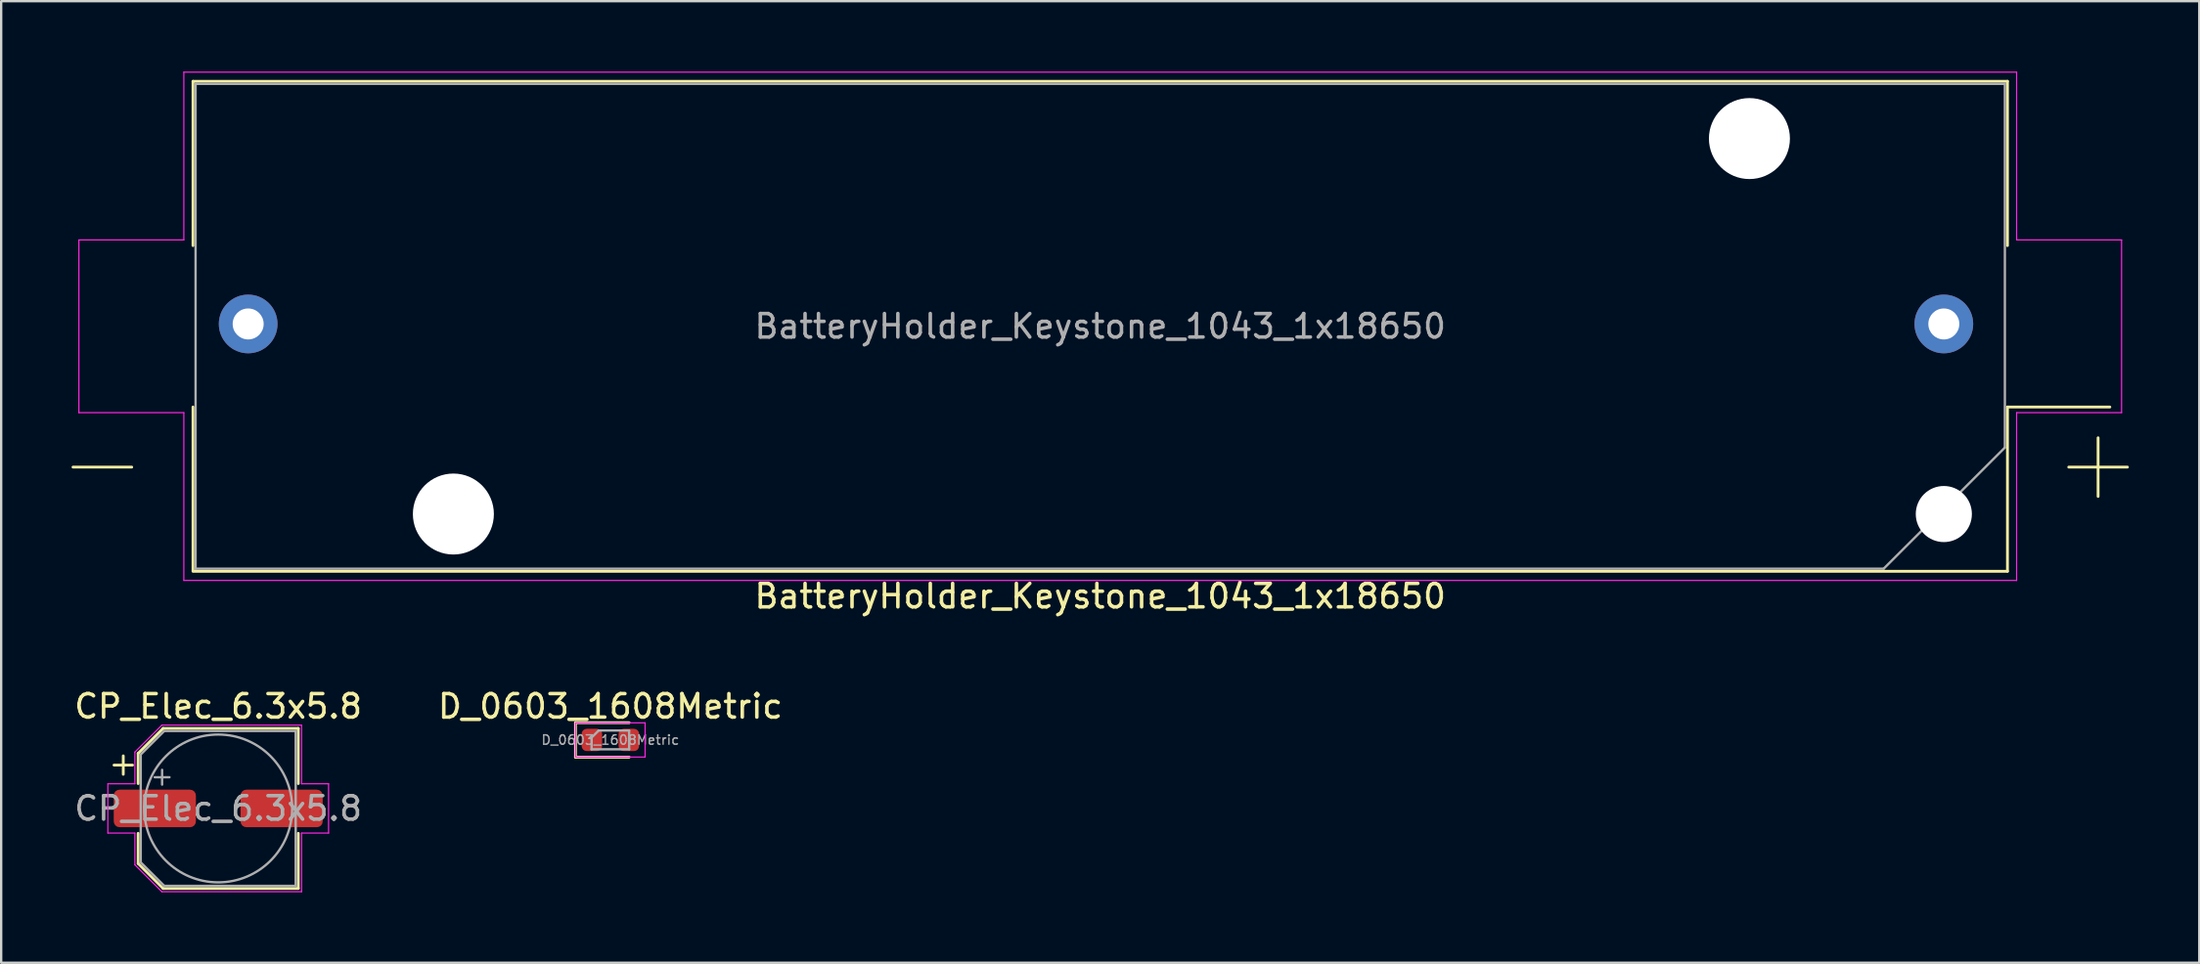
<source format=kicad_pcb>
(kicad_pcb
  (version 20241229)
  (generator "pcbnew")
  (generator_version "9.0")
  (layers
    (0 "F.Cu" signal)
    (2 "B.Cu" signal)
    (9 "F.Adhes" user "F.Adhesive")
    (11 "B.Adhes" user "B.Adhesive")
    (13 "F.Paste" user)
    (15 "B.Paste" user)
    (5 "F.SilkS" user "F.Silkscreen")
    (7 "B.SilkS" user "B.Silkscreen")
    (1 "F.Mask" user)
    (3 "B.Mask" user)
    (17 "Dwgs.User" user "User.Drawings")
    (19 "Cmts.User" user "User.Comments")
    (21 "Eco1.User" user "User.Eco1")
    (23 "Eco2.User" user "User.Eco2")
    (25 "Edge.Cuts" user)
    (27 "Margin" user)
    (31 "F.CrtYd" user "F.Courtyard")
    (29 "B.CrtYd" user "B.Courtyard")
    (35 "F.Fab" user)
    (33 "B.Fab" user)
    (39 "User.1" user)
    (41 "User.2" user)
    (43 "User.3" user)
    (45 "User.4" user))
  (footprint "BatteryHolder_Keystone_1043_1x18650"
    (layer "F.Cu")
    (at 43.81 10.855)
    (property "Reference" "BatteryHolder_Keystone_1043_1x18650" (at 0 11.5 180) (layer "F.SilkS") (effects (font (size 1 1) (thickness 0.15))))
    (attr through_hole)
    (fp_line (start -43.75 6) (end -41.25 6) (stroke (width 0.12) (type solid)) (layer "F.SilkS"))
    (fp_line (start -38.64 -10.44) (end 38.64 -10.44) (stroke (width 0.12) (type solid)) (layer "F.SilkS"))
    (fp_line (start -38.64 -3.44) (end -38.64 -10.44) (stroke (width 0.12) (type solid)) (layer "F.SilkS"))
    (fp_line (start -38.64 3.44) (end -38.64 10.42) (stroke (width 0.12) (type solid)) (layer "F.SilkS"))
    (fp_line (start -38.64 10.44) (end 38.64 10.44) (stroke (width 0.12) (type solid)) (layer "F.SilkS"))
    (fp_line (start 38.64 -10.44) (end 38.64 -3.44) (stroke (width 0.12) (type solid)) (layer "F.SilkS"))
    (fp_line (start 38.64 3.44) (end 43 3.44) (stroke (width 0.12) (type solid)) (layer "F.SilkS"))
    (fp_line (start 38.64 10.44) (end 38.64 3.44) (stroke (width 0.12) (type solid)) (layer "F.SilkS"))
    (fp_line (start 42.5 4.75) (end 42.5 7.25) (stroke (width 0.12) (type solid)) (layer "F.SilkS"))
    (fp_line (start 43.75 6) (end 41.25 6) (stroke (width 0.12) (type solid)) (layer "F.SilkS"))
    (fp_line (start -43.5 -3.68) (end -43.5 3.68) (stroke (width 0.05) (type solid)) (layer "F.CrtYd"))
    (fp_line (start -43.5 3.68) (end -39.03 3.68) (stroke (width 0.05) (type solid)) (layer "F.CrtYd"))
    (fp_line (start -39.03 -10.83) (end -39.03 -3.68) (stroke (width 0.05) (type solid)) (layer "F.CrtYd"))
    (fp_line (start -39.03 -3.68) (end -43.5 -3.68) (stroke (width 0.05) (type solid)) (layer "F.CrtYd"))
    (fp_line (start -39.03 10.83) (end -39.03 3.68) (stroke (width 0.05) (type solid)) (layer "F.CrtYd"))
    (fp_line (start 39.03 -10.83) (end -39.03 -10.83) (stroke (width 0.05) (type solid)) (layer "F.CrtYd"))
    (fp_line (start 39.03 -10.83) (end 39.03 -3.68) (stroke (width 0.05) (type solid)) (layer "F.CrtYd"))
    (fp_line (start 39.03 -3.68) (end 43.5 -3.68) (stroke (width 0.05) (type solid)) (layer "F.CrtYd"))
    (fp_line (start 39.03 10.83) (end -39.03 10.83) (stroke (width 0.05) (type solid)) (layer "F.CrtYd"))
    (fp_line (start 39.03 10.83) (end 39.03 3.68) (stroke (width 0.05) (type solid)) (layer "F.CrtYd"))
    (fp_line (start 43.5 -3.68) (end 43.5 3.68) (stroke (width 0.05) (type solid)) (layer "F.CrtYd"))
    (fp_line (start 43.5 3.68) (end 39.03 3.68) (stroke (width 0.05) (type solid)) (layer "F.CrtYd"))
    (fp_line (start -38.53 10.33) (end -38.53 -10.33) (stroke (width 0.1) (type solid)) (layer "F.Fab"))
    (fp_line (start 33.367 10.33) (end -38.53 10.33) (stroke (width 0.1) (type solid)) (layer "F.Fab"))
    (fp_line (start 33.367 10.33) (end 38.53 5.168) (stroke (width 0.1) (type solid)) (layer "F.Fab"))
    (fp_line (start 38.53 -10.33) (end -38.53 -10.33) (stroke (width 0.1) (type solid)) (layer "F.Fab"))
    (fp_line (start 38.53 5.168) (end 38.53 -10.33) (stroke (width 0.1) (type solid)) (layer "F.Fab"))
    (fp_text user "${REFERENCE}" (at 0 0 180) (layer "F.Fab") (effects (font (size 1 1) (thickness 0.15))))
    (pad "" np_thru_hole circle (at -27.55 8 180) (size 3.45 3.45) (drill 3.45) (layers "*.Cu" "*.Mask"))
    (pad "" np_thru_hole circle (at 27.65 -8 180) (size 3.45 3.45) (drill 3.45) (layers "*.Cu" "*.Mask"))
    (pad "" np_thru_hole circle (at 35.93 8 180) (size 2.39 2.39) (drill 2.39) (layers "*.Cu" "*.Mask"))
    (pad "1" thru_hole circle (at 35.93 -0.1 180) (size 2.5 2.5) (drill 1.32) (layers "*.Cu" "*.Mask"))
    (pad "2" thru_hole circle (at -36.29 -0.1 180) (size 2.5 2.5) (drill 1.32) (layers "*.Cu" "*.Mask")))
  (footprint "CP_Elec_6.3x5.8"
    (layer "F.Cu")
    (at 6.244 31.401)
    (property "Reference" "CP_Elec_6.3x5.8" (at 0 -4.35 0) (layer "F.SilkS") (effects (font (size 1 1) (thickness 0.15))))
    (attr smd)
    (fp_line (start -4.438 -1.847) (end -3.65 -1.847) (stroke (width 0.12) (type solid)) (layer "F.SilkS"))
    (fp_line (start -4.044 -2.241) (end -4.044 -1.454) (stroke (width 0.12) (type solid)) (layer "F.SilkS"))
    (fp_line (start -3.41 -2.346) (end -3.41 -1.06) (stroke (width 0.12) (type solid)) (layer "F.SilkS"))
    (fp_line (start -3.41 -2.346) (end -2.346 -3.41) (stroke (width 0.12) (type solid)) (layer "F.SilkS"))
    (fp_line (start -3.41 2.346) (end -3.41 1.06) (stroke (width 0.12) (type solid)) (layer "F.SilkS"))
    (fp_line (start -3.41 2.346) (end -2.346 3.41) (stroke (width 0.12) (type solid)) (layer "F.SilkS"))
    (fp_line (start -2.346 -3.41) (end 3.41 -3.41) (stroke (width 0.12) (type solid)) (layer "F.SilkS"))
    (fp_line (start -2.346 3.41) (end 3.41 3.41) (stroke (width 0.12) (type solid)) (layer "F.SilkS"))
    (fp_line (start 3.41 -3.41) (end 3.41 -1.06) (stroke (width 0.12) (type solid)) (layer "F.SilkS"))
    (fp_line (start 3.41 3.41) (end 3.41 1.06) (stroke (width 0.12) (type solid)) (layer "F.SilkS"))
    (fp_line (start -4.7 -1.05) (end -4.7 1.05) (stroke (width 0.05) (type solid)) (layer "F.CrtYd"))
    (fp_line (start -4.7 1.05) (end -3.55 1.05) (stroke (width 0.05) (type solid)) (layer "F.CrtYd"))
    (fp_line (start -3.55 -2.4) (end -3.55 -1.05) (stroke (width 0.05) (type solid)) (layer "F.CrtYd"))
    (fp_line (start -3.55 -2.4) (end -2.4 -3.55) (stroke (width 0.05) (type solid)) (layer "F.CrtYd"))
    (fp_line (start -3.55 -1.05) (end -4.7 -1.05) (stroke (width 0.05) (type solid)) (layer "F.CrtYd"))
    (fp_line (start -3.55 1.05) (end -3.55 2.4) (stroke (width 0.05) (type solid)) (layer "F.CrtYd"))
    (fp_line (start -3.55 2.4) (end -2.4 3.55) (stroke (width 0.05) (type solid)) (layer "F.CrtYd"))
    (fp_line (start -2.4 -3.55) (end 3.55 -3.55) (stroke (width 0.05) (type solid)) (layer "F.CrtYd"))
    (fp_line (start -2.4 3.55) (end 3.55 3.55) (stroke (width 0.05) (type solid)) (layer "F.CrtYd"))
    (fp_line (start 3.55 -3.55) (end 3.55 -1.05) (stroke (width 0.05) (type solid)) (layer "F.CrtYd"))
    (fp_line (start 3.55 -1.05) (end 4.7 -1.05) (stroke (width 0.05) (type solid)) (layer "F.CrtYd"))
    (fp_line (start 3.55 1.05) (end 3.55 3.55) (stroke (width 0.05) (type solid)) (layer "F.CrtYd"))
    (fp_line (start 4.7 -1.05) (end 4.7 1.05) (stroke (width 0.05) (type solid)) (layer "F.CrtYd"))
    (fp_line (start 4.7 1.05) (end 3.55 1.05) (stroke (width 0.05) (type solid)) (layer "F.CrtYd"))
    (fp_line (start -3.3 -2.3) (end -3.3 2.3) (stroke (width 0.1) (type solid)) (layer "F.Fab"))
    (fp_line (start -3.3 -2.3) (end -2.3 -3.3) (stroke (width 0.1) (type solid)) (layer "F.Fab"))
    (fp_line (start -3.3 2.3) (end -2.3 3.3) (stroke (width 0.1) (type solid)) (layer "F.Fab"))
    (fp_line (start -2.705 -1.33) (end -2.075 -1.33) (stroke (width 0.1) (type solid)) (layer "F.Fab"))
    (fp_line (start -2.39 -1.645) (end -2.39 -1.015) (stroke (width 0.1) (type solid)) (layer "F.Fab"))
    (fp_line (start -2.3 -3.3) (end 3.3 -3.3) (stroke (width 0.1) (type solid)) (layer "F.Fab"))
    (fp_line (start -2.3 3.3) (end 3.3 3.3) (stroke (width 0.1) (type solid)) (layer "F.Fab"))
    (fp_line (start 3.3 -3.3) (end 3.3 3.3) (stroke (width 0.1) (type solid)) (layer "F.Fab"))
    (fp_circle (center 0 0) (end 3.15 0) (stroke (width 0.1) (type solid)) (fill no) (layer "F.Fab"))
    (fp_text user "${REFERENCE}" (at 0 0 0) (layer "F.Fab") (effects (font (size 1 1) (thickness 0.15))))
    (pad "1" smd roundrect (at -2.7 0) (size 3.5 1.6) (layers "F.Cu" "F.Mask" "F.Paste") (roundrect_rratio 0.156))
    (pad "2" smd roundrect (at 2.7 0) (size 3.5 1.6) (layers "F.Cu" "F.Mask" "F.Paste") (roundrect_rratio 0.156)))
  (footprint "D_0603_1608Metric"
    (layer "F.Cu")
    (at 22.946 28.482)
    (property "Reference" "D_0603_1608Metric" (at 0 -1.43 0) (layer "F.SilkS") (effects (font (size 1 1) (thickness 0.15))))
    (attr smd)
    (fp_line (start -1.485 -0.735) (end -1.485 0.735) (stroke (width 0.12) (type solid)) (layer "F.SilkS"))
    (fp_line (start -1.485 0.735) (end 0.8 0.735) (stroke (width 0.12) (type solid)) (layer "F.SilkS"))
    (fp_line (start 0.8 -0.735) (end -1.485 -0.735) (stroke (width 0.12) (type solid)) (layer "F.SilkS"))
    (fp_line (start -1.48 -0.73) (end 1.48 -0.73) (stroke (width 0.05) (type solid)) (layer "F.CrtYd"))
    (fp_line (start -1.48 0.73) (end -1.48 -0.73) (stroke (width 0.05) (type solid)) (layer "F.CrtYd"))
    (fp_line (start 1.48 -0.73) (end 1.48 0.73) (stroke (width 0.05) (type solid)) (layer "F.CrtYd"))
    (fp_line (start 1.48 0.73) (end -1.48 0.73) (stroke (width 0.05) (type solid)) (layer "F.CrtYd"))
    (fp_line (start -0.8 -0.1) (end -0.8 0.4) (stroke (width 0.1) (type solid)) (layer "F.Fab"))
    (fp_line (start -0.8 0.4) (end 0.8 0.4) (stroke (width 0.1) (type solid)) (layer "F.Fab"))
    (fp_line (start -0.5 -0.4) (end -0.8 -0.1) (stroke (width 0.1) (type solid)) (layer "F.Fab"))
    (fp_line (start 0.8 -0.4) (end -0.5 -0.4) (stroke (width 0.1) (type solid)) (layer "F.Fab"))
    (fp_line (start 0.8 0.4) (end 0.8 -0.4) (stroke (width 0.1) (type solid)) (layer "F.Fab"))
    (fp_text user "${REFERENCE}" (at 0 0 0) (layer "F.Fab") (effects (font (size 0.4 0.4) (thickness 0.06))))
    (pad "1" smd roundrect (at -0.787 0) (size 0.875 0.95) (layers "F.Cu" "F.Mask" "F.Paste") (roundrect_rratio 0.25))
    (pad "2" smd roundrect (at 0.787 0) (size 0.875 0.95) (layers "F.Cu" "F.Mask" "F.Paste") (roundrect_rratio 0.25)))
  (gr_rect
    (start -3 -3)
    (end 90.62 37.977)
    (stroke (width 0.1) (type default))
    (fill no)
    (layer "Edge.Cuts")))
</source>
